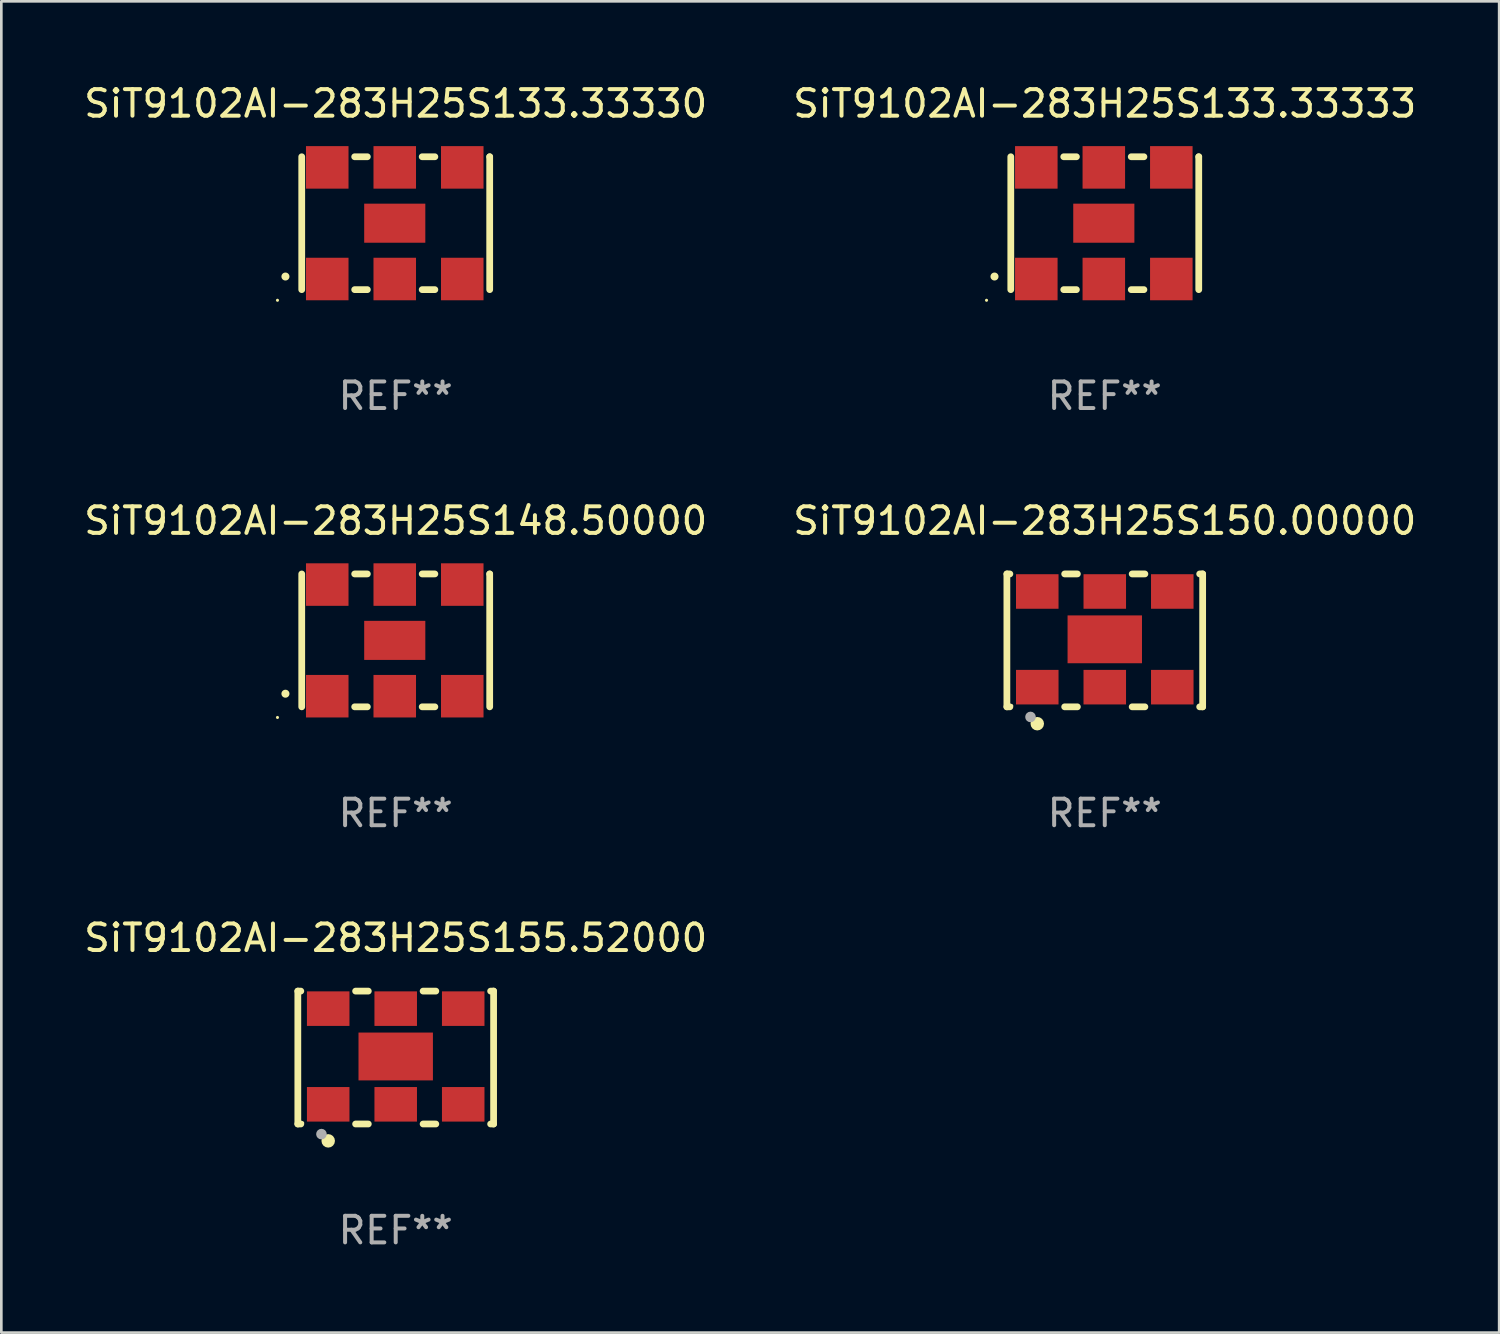
<source format=kicad_pcb>
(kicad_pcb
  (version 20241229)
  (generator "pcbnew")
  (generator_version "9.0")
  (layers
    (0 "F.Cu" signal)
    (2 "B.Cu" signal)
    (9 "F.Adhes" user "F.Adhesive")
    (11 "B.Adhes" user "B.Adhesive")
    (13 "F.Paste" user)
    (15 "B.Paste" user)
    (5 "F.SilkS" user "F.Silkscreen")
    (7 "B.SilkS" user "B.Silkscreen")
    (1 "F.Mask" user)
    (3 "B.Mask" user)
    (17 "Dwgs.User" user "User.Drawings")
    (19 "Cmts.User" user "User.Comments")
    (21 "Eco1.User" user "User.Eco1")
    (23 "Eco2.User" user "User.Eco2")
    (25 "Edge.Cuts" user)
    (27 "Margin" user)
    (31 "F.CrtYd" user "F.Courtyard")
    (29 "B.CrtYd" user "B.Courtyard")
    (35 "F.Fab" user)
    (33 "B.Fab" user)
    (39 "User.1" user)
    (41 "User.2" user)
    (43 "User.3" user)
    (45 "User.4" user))
  (footprint "SiT9102AI-283H25S133.33333"
    (layer "F.Cu")
    (at 38.518 5.348)
    (property "Reference" "SiT9102AI-283H25S133.33333" (at 0 -4.5 0) (layer "F.SilkS") (effects (font (size 1 1) (thickness 0.15))))
    (attr through_hole)
    (fp_line (start -3.536 -2.5) (end -3.536 2.5) (stroke (width 0.254) (type solid)) (layer "F.SilkS"))
    (fp_line (start -1.544 2.5) (end -1.067 2.5) (stroke (width 0.254) (type solid)) (layer "F.SilkS"))
    (fp_line (start -1.067 -2.5) (end -1.544 -2.5) (stroke (width 0.254) (type solid)) (layer "F.SilkS"))
    (fp_line (start 0.996 2.5) (end 1.473 2.5) (stroke (width 0.254) (type solid)) (layer "F.SilkS"))
    (fp_line (start 1.473 -2.5) (end 0.996 -2.5) (stroke (width 0.254) (type solid)) (layer "F.SilkS"))
    (fp_line (start 3.536 -2.5) (end 3.536 -2.5) (stroke (width 0.254) (type solid)) (layer "F.SilkS"))
    (fp_line (start 3.536 2.5) (end 3.536 -2.5) (stroke (width 0.254) (type solid)) (layer "F.SilkS"))
    (fp_arc (start -4.150432 2.006604) (mid -4.149162 2.006599) (end -4.147892 2.006604) (stroke (width 0.3) (type solid)) (layer "F.SilkS"))
    (fp_circle (center -4.449 2.9) (end -4.419 2.9) (stroke (width 0.06) (type solid)) (fill no) (layer "F.SilkS"))
    (fp_text user "REF**" (at 0 6.5 0) (layer "F.Fab") (effects (font (size 1 1) (thickness 0.15))))
    (pad "1" smd rect (at -2.576 2.1) (size 1.6 1.6) (layers "F.Cu" "F.Mask" "F.Paste"))
    (pad "2" smd rect (at -0.036 2.1) (size 1.6 1.6) (layers "F.Cu" "F.Mask" "F.Paste"))
    (pad "3" smd rect (at 2.504 2.1) (size 1.6 1.6) (layers "F.Cu" "F.Mask" "F.Paste"))
    (pad "4" smd rect (at 2.504 -2.1) (size 1.6 1.6) (layers "F.Cu" "F.Mask" "F.Paste"))
    (pad "5" smd rect (at -0.036 -2.1) (size 1.6 1.6) (layers "F.Cu" "F.Mask" "F.Paste"))
    (pad "6" smd rect (at -2.576 -2.1) (size 1.6 1.6) (layers "F.Cu" "F.Mask" "F.Paste"))
    (pad "7" smd rect (at -0.036 0) (size 2.3 1.47) (layers "F.Cu" "F.Mask" "F.Paste")))
  (footprint "SiT9102AI-283H25S148.50000"
    (layer "F.Cu")
    (at 11.839 21.045)
    (property "Reference" "SiT9102AI-283H25S148.50000" (at 0 -4.5 0) (layer "F.SilkS") (effects (font (size 1 1) (thickness 0.15))))
    (attr through_hole)
    (fp_line (start -3.536 -2.5) (end -3.536 2.5) (stroke (width 0.254) (type solid)) (layer "F.SilkS"))
    (fp_line (start -1.544 2.5) (end -1.067 2.5) (stroke (width 0.254) (type solid)) (layer "F.SilkS"))
    (fp_line (start -1.067 -2.5) (end -1.544 -2.5) (stroke (width 0.254) (type solid)) (layer "F.SilkS"))
    (fp_line (start 0.996 2.5) (end 1.473 2.5) (stroke (width 0.254) (type solid)) (layer "F.SilkS"))
    (fp_line (start 1.473 -2.5) (end 0.996 -2.5) (stroke (width 0.254) (type solid)) (layer "F.SilkS"))
    (fp_line (start 3.536 -2.5) (end 3.536 -2.5) (stroke (width 0.254) (type solid)) (layer "F.SilkS"))
    (fp_line (start 3.536 2.5) (end 3.536 -2.5) (stroke (width 0.254) (type solid)) (layer "F.SilkS"))
    (fp_arc (start -4.150432 2.006604) (mid -4.149162 2.006599) (end -4.147892 2.006604) (stroke (width 0.3) (type solid)) (layer "F.SilkS"))
    (fp_circle (center -4.449 2.9) (end -4.419 2.9) (stroke (width 0.06) (type solid)) (fill no) (layer "F.SilkS"))
    (fp_text user "REF**" (at 0 6.5 0) (layer "F.Fab") (effects (font (size 1 1) (thickness 0.15))))
    (pad "1" smd rect (at -2.576 2.1) (size 1.6 1.6) (layers "F.Cu" "F.Mask" "F.Paste"))
    (pad "2" smd rect (at -0.036 2.1) (size 1.6 1.6) (layers "F.Cu" "F.Mask" "F.Paste"))
    (pad "3" smd rect (at 2.504 2.1) (size 1.6 1.6) (layers "F.Cu" "F.Mask" "F.Paste"))
    (pad "4" smd rect (at 2.504 -2.1) (size 1.6 1.6) (layers "F.Cu" "F.Mask" "F.Paste"))
    (pad "5" smd rect (at -0.036 -2.1) (size 1.6 1.6) (layers "F.Cu" "F.Mask" "F.Paste"))
    (pad "6" smd rect (at -2.576 -2.1) (size 1.6 1.6) (layers "F.Cu" "F.Mask" "F.Paste"))
    (pad "7" smd rect (at -0.036 0) (size 2.3 1.47) (layers "F.Cu" "F.Mask" "F.Paste")))
  (footprint "SiT9102AI-283H25S150.00000"
    (layer "F.Cu")
    (at 38.518 21.045)
    (property "Reference" "SiT9102AI-283H25S150.00000" (at 0 -4.5 0) (layer "F.SilkS") (effects (font (size 1 1) (thickness 0.15))))
    (attr through_hole)
    (fp_line (start -3.683 -2.5) (end -3.571 -2.5) (stroke (width 0.254) (type solid)) (layer "F.SilkS"))
    (fp_line (start -3.683 2.5) (end -3.683 -2.5) (stroke (width 0.254) (type solid)) (layer "F.SilkS"))
    (fp_line (start -3.683 2.5) (end -3.571 2.5) (stroke (width 0.254) (type solid)) (layer "F.SilkS"))
    (fp_line (start -1.509 -2.5) (end -1.031 -2.5) (stroke (width 0.254) (type solid)) (layer "F.SilkS"))
    (fp_line (start -1.509 2.5) (end -1.031 2.5) (stroke (width 0.254) (type solid)) (layer "F.SilkS"))
    (fp_line (start 1.031 -2.5) (end 1.509 -2.5) (stroke (width 0.254) (type solid)) (layer "F.SilkS"))
    (fp_line (start 1.031 2.5) (end 1.509 2.5) (stroke (width 0.254) (type solid)) (layer "F.SilkS"))
    (fp_line (start 3.571 -2.5) (end 3.683 -2.5) (stroke (width 0.254) (type solid)) (layer "F.SilkS"))
    (fp_line (start 3.571 2.5) (end 3.683 2.5) (stroke (width 0.254) (type solid)) (layer "F.SilkS"))
    (fp_line (start 3.683 2.5) (end 3.683 -2.5) (stroke (width 0.254) (type solid)) (layer "F.SilkS"))
    (fp_circle (center -3.5 2.46) (end -3.47 2.46) (stroke (width 0.06) (type solid)) (fill no) (layer "F.SilkS"))
    (fp_circle (center -2.54 3.135) (end -2.413 3.135) (stroke (width 0.254) (type solid)) (fill no) (layer "F.SilkS"))
    (fp_circle (center -2.794 2.881) (end -2.694 2.881) (stroke (width 0.2) (type solid)) (fill no) (layer "F.Fab"))
    (fp_text user "REF**" (at 0 6.5 0) (layer "F.Fab") (effects (font (size 1 1) (thickness 0.15))))
    (pad "1" smd rect (at -2.54 1.76) (size 1.6 1.3) (layers "F.Cu" "F.Mask" "F.Paste"))
    (pad "2" smd rect (at 0 1.76) (size 1.6 1.3) (layers "F.Cu" "F.Mask" "F.Paste"))
    (pad "3" smd rect (at 2.54 1.76) (size 1.6 1.3) (layers "F.Cu" "F.Mask" "F.Paste"))
    (pad "4" smd rect (at 2.54 -1.84) (size 1.6 1.3) (layers "F.Cu" "F.Mask" "F.Paste"))
    (pad "5" smd rect (at 0 -1.84) (size 1.6 1.3) (layers "F.Cu" "F.Mask" "F.Paste"))
    (pad "6" smd rect (at -2.54 -1.84) (size 1.6 1.3) (layers "F.Cu" "F.Mask" "F.Paste"))
    (pad "7" smd rect (at 0 -0.04) (size 2.8 1.8) (layers "F.Cu" "F.Mask" "F.Paste")))
  (footprint "SiT9102AI-283H25S133.33330"
    (layer "F.Cu")
    (at 11.839 5.348)
    (property "Reference" "SiT9102AI-283H25S133.33330" (at 0 -4.5 0) (layer "F.SilkS") (effects (font (size 1 1) (thickness 0.15))))
    (attr through_hole)
    (fp_line (start -3.536 -2.5) (end -3.536 2.5) (stroke (width 0.254) (type solid)) (layer "F.SilkS"))
    (fp_line (start -1.544 2.5) (end -1.067 2.5) (stroke (width 0.254) (type solid)) (layer "F.SilkS"))
    (fp_line (start -1.067 -2.5) (end -1.544 -2.5) (stroke (width 0.254) (type solid)) (layer "F.SilkS"))
    (fp_line (start 0.996 2.5) (end 1.473 2.5) (stroke (width 0.254) (type solid)) (layer "F.SilkS"))
    (fp_line (start 1.473 -2.5) (end 0.996 -2.5) (stroke (width 0.254) (type solid)) (layer "F.SilkS"))
    (fp_line (start 3.536 -2.5) (end 3.536 -2.5) (stroke (width 0.254) (type solid)) (layer "F.SilkS"))
    (fp_line (start 3.536 2.5) (end 3.536 -2.5) (stroke (width 0.254) (type solid)) (layer "F.SilkS"))
    (fp_arc (start -4.150432 2.006604) (mid -4.149162 2.006599) (end -4.147892 2.006604) (stroke (width 0.3) (type solid)) (layer "F.SilkS"))
    (fp_circle (center -4.449 2.9) (end -4.419 2.9) (stroke (width 0.06) (type solid)) (fill no) (layer "F.SilkS"))
    (fp_text user "REF**" (at 0 6.5 0) (layer "F.Fab") (effects (font (size 1 1) (thickness 0.15))))
    (pad "1" smd rect (at -2.576 2.1) (size 1.6 1.6) (layers "F.Cu" "F.Mask" "F.Paste"))
    (pad "2" smd rect (at -0.036 2.1) (size 1.6 1.6) (layers "F.Cu" "F.Mask" "F.Paste"))
    (pad "3" smd rect (at 2.504 2.1) (size 1.6 1.6) (layers "F.Cu" "F.Mask" "F.Paste"))
    (pad "4" smd rect (at 2.504 -2.1) (size 1.6 1.6) (layers "F.Cu" "F.Mask" "F.Paste"))
    (pad "5" smd rect (at -0.036 -2.1) (size 1.6 1.6) (layers "F.Cu" "F.Mask" "F.Paste"))
    (pad "6" smd rect (at -2.576 -2.1) (size 1.6 1.6) (layers "F.Cu" "F.Mask" "F.Paste"))
    (pad "7" smd rect (at -0.036 0) (size 2.3 1.47) (layers "F.Cu" "F.Mask" "F.Paste")))
  (footprint "SiT9102AI-283H25S155.52000"
    (layer "F.Cu")
    (at 11.839 36.741)
    (property "Reference" "SiT9102AI-283H25S155.52000" (at 0 -4.5 0) (layer "F.SilkS") (effects (font (size 1 1) (thickness 0.15))))
    (attr through_hole)
    (fp_line (start -3.683 -2.5) (end -3.571 -2.5) (stroke (width 0.254) (type solid)) (layer "F.SilkS"))
    (fp_line (start -3.683 2.5) (end -3.683 -2.5) (stroke (width 0.254) (type solid)) (layer "F.SilkS"))
    (fp_line (start -3.683 2.5) (end -3.571 2.5) (stroke (width 0.254) (type solid)) (layer "F.SilkS"))
    (fp_line (start -1.509 -2.5) (end -1.031 -2.5) (stroke (width 0.254) (type solid)) (layer "F.SilkS"))
    (fp_line (start -1.509 2.5) (end -1.031 2.5) (stroke (width 0.254) (type solid)) (layer "F.SilkS"))
    (fp_line (start 1.031 -2.5) (end 1.509 -2.5) (stroke (width 0.254) (type solid)) (layer "F.SilkS"))
    (fp_line (start 1.031 2.5) (end 1.509 2.5) (stroke (width 0.254) (type solid)) (layer "F.SilkS"))
    (fp_line (start 3.571 -2.5) (end 3.683 -2.5) (stroke (width 0.254) (type solid)) (layer "F.SilkS"))
    (fp_line (start 3.571 2.5) (end 3.683 2.5) (stroke (width 0.254) (type solid)) (layer "F.SilkS"))
    (fp_line (start 3.683 2.5) (end 3.683 -2.5) (stroke (width 0.254) (type solid)) (layer "F.SilkS"))
    (fp_circle (center -3.5 2.46) (end -3.47 2.46) (stroke (width 0.06) (type solid)) (fill no) (layer "F.SilkS"))
    (fp_circle (center -2.54 3.135) (end -2.413 3.135) (stroke (width 0.254) (type solid)) (fill no) (layer "F.SilkS"))
    (fp_circle (center -2.794 2.881) (end -2.694 2.881) (stroke (width 0.2) (type solid)) (fill no) (layer "F.Fab"))
    (fp_text user "REF**" (at 0 6.5 0) (layer "F.Fab") (effects (font (size 1 1) (thickness 0.15))))
    (pad "1" smd rect (at -2.54 1.76) (size 1.6 1.3) (layers "F.Cu" "F.Mask" "F.Paste"))
    (pad "2" smd rect (at 0 1.76) (size 1.6 1.3) (layers "F.Cu" "F.Mask" "F.Paste"))
    (pad "3" smd rect (at 2.54 1.76) (size 1.6 1.3) (layers "F.Cu" "F.Mask" "F.Paste"))
    (pad "4" smd rect (at 2.54 -1.84) (size 1.6 1.3) (layers "F.Cu" "F.Mask" "F.Paste"))
    (pad "5" smd rect (at 0 -1.84) (size 1.6 1.3) (layers "F.Cu" "F.Mask" "F.Paste"))
    (pad "6" smd rect (at -2.54 -1.84) (size 1.6 1.3) (layers "F.Cu" "F.Mask" "F.Paste"))
    (pad "7" smd rect (at 0 -0.04) (size 2.8 1.8) (layers "F.Cu" "F.Mask" "F.Paste")))
  (gr_rect
    (start -3 -3)
    (end 53.357 47.09)
    (stroke (width 0.1) (type default))
    (fill no)
    (layer "Edge.Cuts")))
</source>
